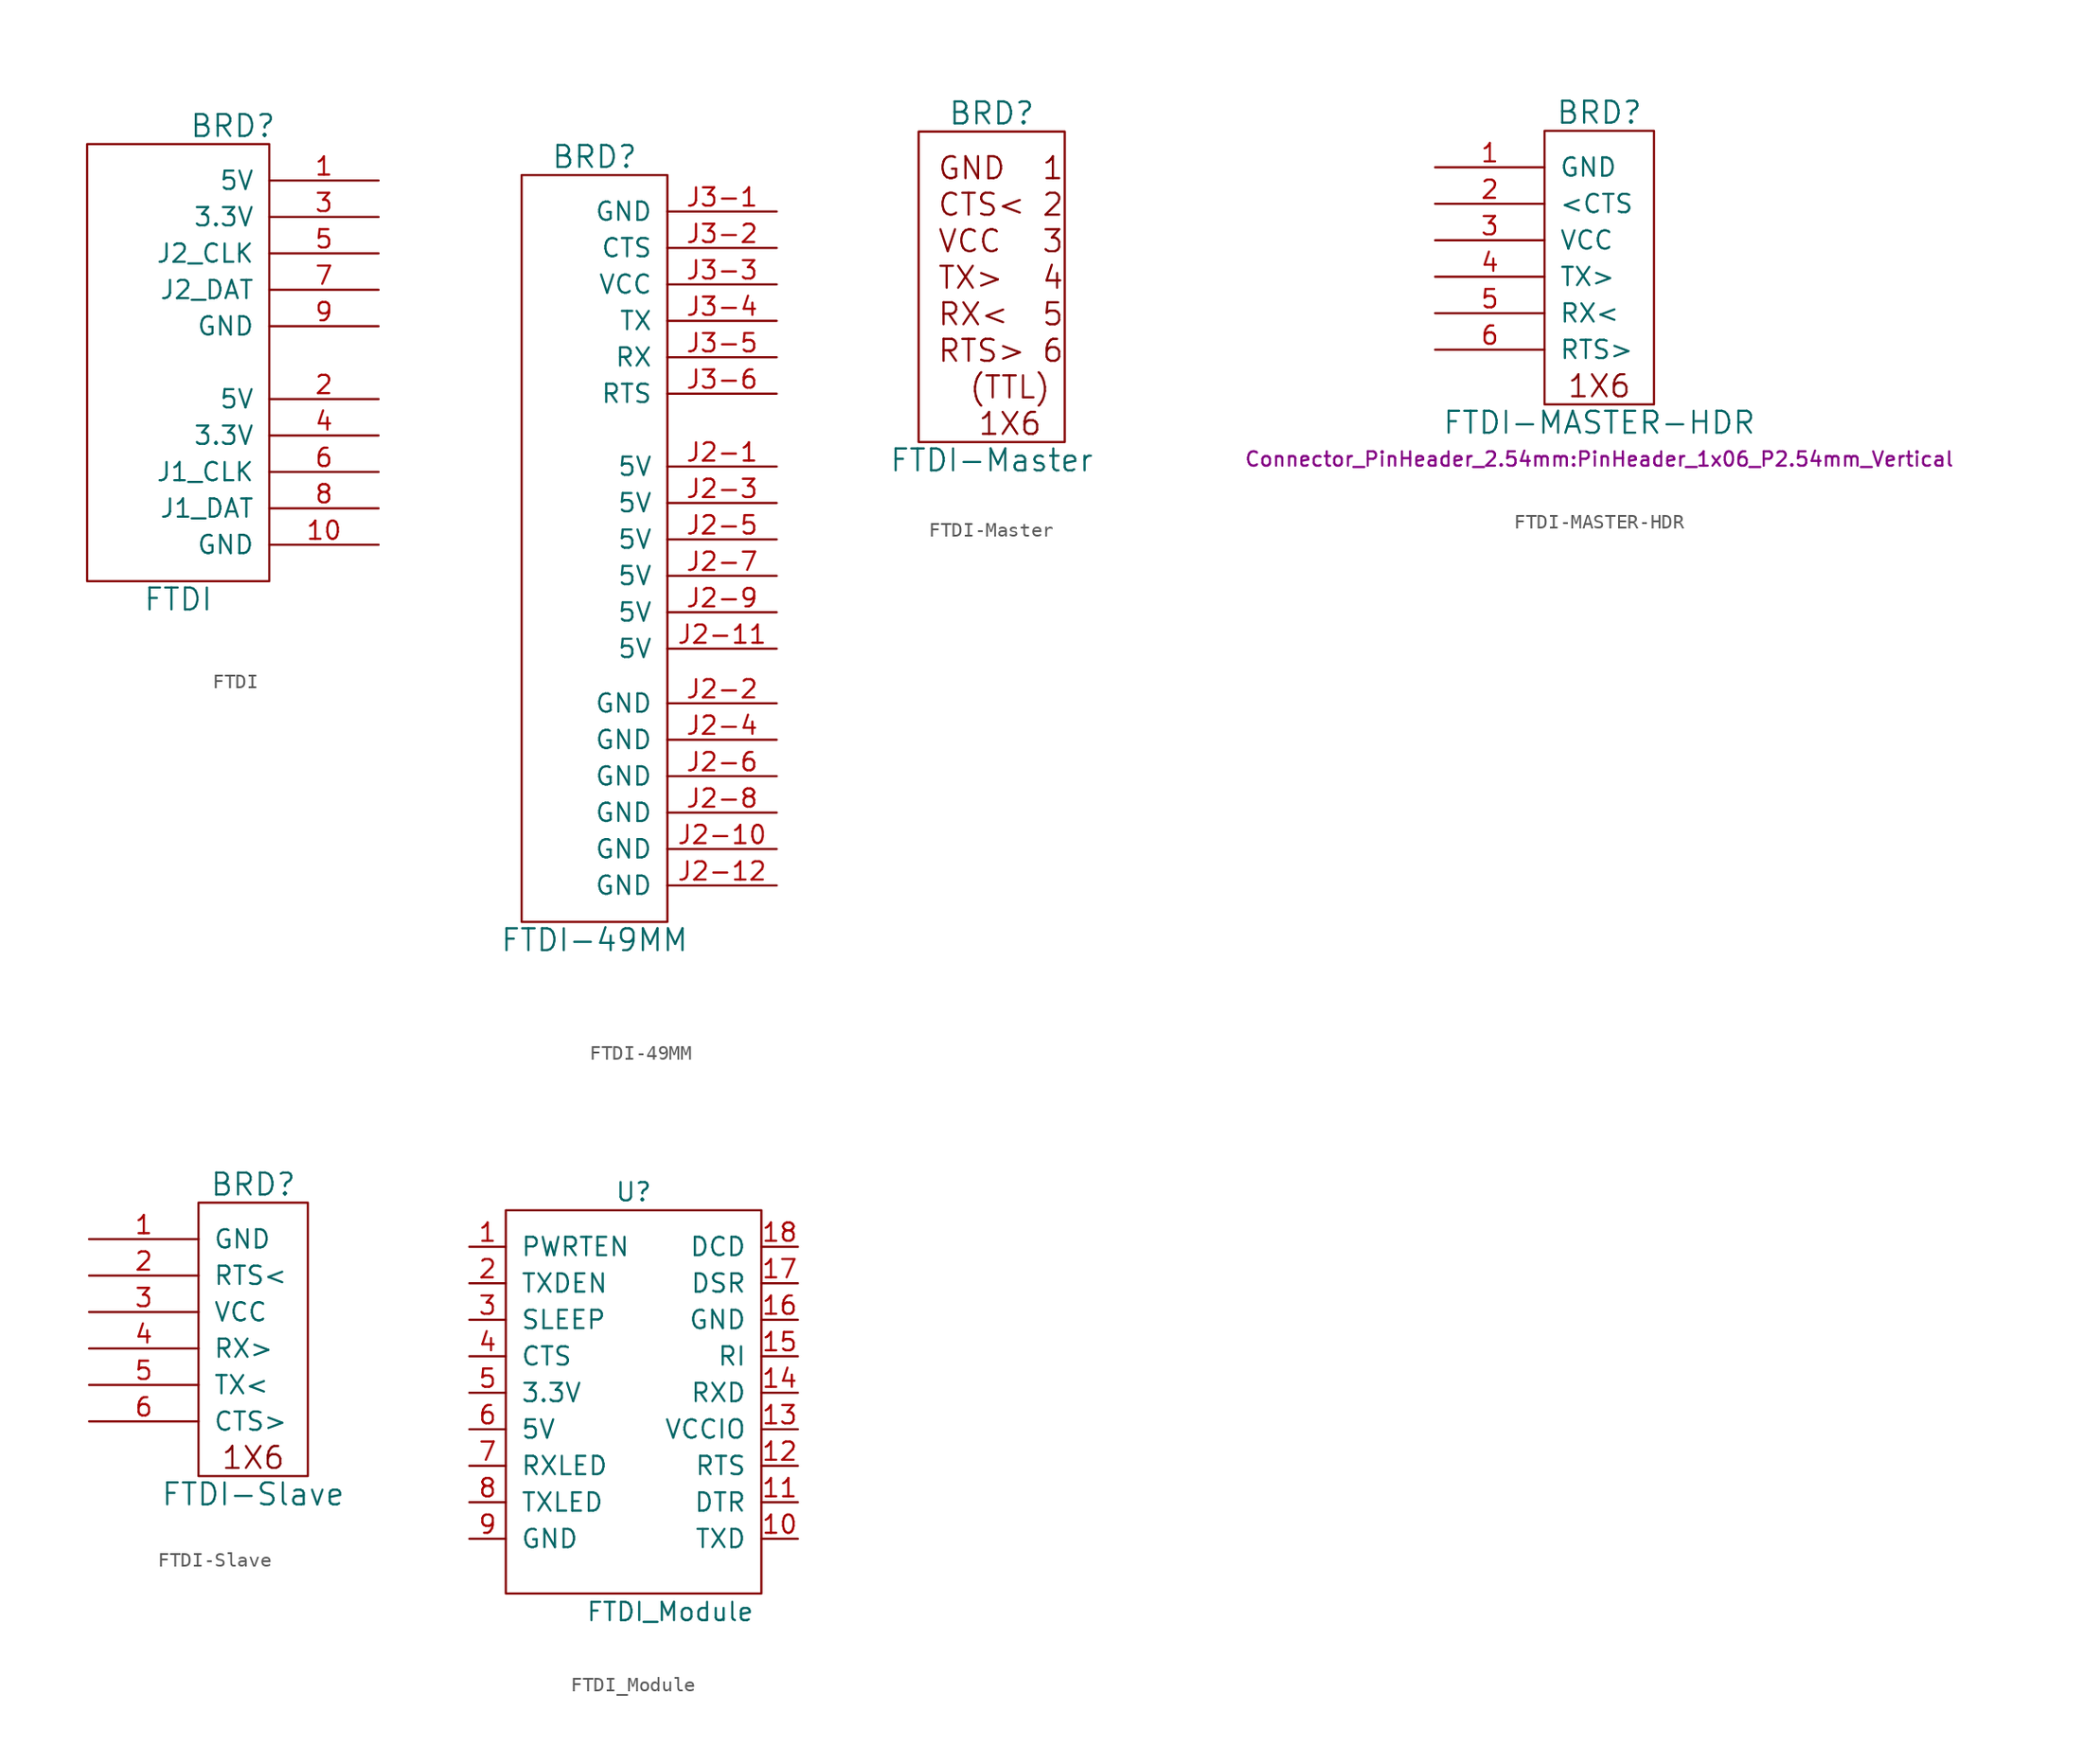
<source format=kicad_sym>
(kicad_symbol_lib
  (version 20220914)
  (generator kicad_symbol_editor)
  (symbol "FTDI"
    (pin_names
      (offset 1.016))
    (property "Reference" "BRD"
      (at 3.81 16.51 0)
      (effects (font (size 1.524 1.524))))
    (property "Value" "FTDI"
      (at 0 -16.51 0)
      (effects (font (size 1.524 1.524))))
    (property "Footprint" ""
      (at 1.27 -2.54 0)
      (effects (font (size 1.524 1.524))))
    (property "Datasheet" ""
      (at 1.27 -2.54 0)
      (effects (font (size 1.524 1.524))))
    (symbol "FTDI_0_0"
      (rectangle (start -6.35 15.24) (end 6.35 -15.24) (stroke (width 0) (type default)) (fill (type none))))
    (symbol "FTDI_1_1"
      (pin power_in line (at 13.97 12.7 180) (length 7.62) (name "5V" (effects (font (size 1.27 1.27)))) (number "1" (effects (font (size 1.27 1.27)))))
      (pin power_in line (at 13.97 -12.7 180) (length 7.62) (name "GND" (effects (font (size 1.27 1.27)))) (number "10" (effects (font (size 1.27 1.27)))))
      (pin power_in line (at 13.97 -2.54 180) (length 7.62) (name "5V" (effects (font (size 1.27 1.27)))) (number "2" (effects (font (size 1.27 1.27)))))
      (pin power_in line (at 13.97 10.16 180) (length 7.62) (name "3.3V" (effects (font (size 1.27 1.27)))) (number "3" (effects (font (size 1.27 1.27)))))
      (pin power_in line (at 13.97 -5.08 180) (length 7.62) (name "3.3V" (effects (font (size 1.27 1.27)))) (number "4" (effects (font (size 1.27 1.27)))))
      (pin input line (at 13.97 7.62 180) (length 7.62) (name "J2_CLK" (effects (font (size 1.27 1.27)))) (number "5" (effects (font (size 1.27 1.27)))))
      (pin input line (at 13.97 -7.62 180) (length 7.62) (name "J1_CLK" (effects (font (size 1.27 1.27)))) (number "6" (effects (font (size 1.27 1.27)))))
      (pin input line (at 13.97 5.08 180) (length 7.62) (name "J2_DAT" (effects (font (size 1.27 1.27)))) (number "7" (effects (font (size 1.27 1.27)))))
      (pin input line (at 13.97 -10.16 180) (length 7.62) (name "J1_DAT" (effects (font (size 1.27 1.27)))) (number "8" (effects (font (size 1.27 1.27)))))
      (pin power_in line (at 13.97 2.54 180) (length 7.62) (name "GND" (effects (font (size 1.27 1.27)))) (number "9" (effects (font (size 1.27 1.27)))))))
  (symbol "FTDI-49MM"
    (pin_names
      (offset 1.016))
    (property "Reference" "BRD"
      (at 0 26.67 0)
      (effects (font (size 1.524 1.524))))
    (property "Value" "FTDI-49MM"
      (at 0 -27.94 0)
      (effects (font (size 1.524 1.524))))
    (property "Footprint" ""
      (at 0 7.62 0)
      (effects (font (size 1.524 1.524))))
    (property "Datasheet" ""
      (at 0 7.62 0)
      (effects (font (size 1.524 1.524))))
    (symbol "FTDI-49MM_0_0"
      (rectangle (start -5.08 25.4) (end 5.08 -26.67) (stroke (width 0) (type default)) (fill (type none))))
    (symbol "FTDI-49MM_1_1"
      (pin output line (at 12.7 5.08 180) (length 7.62) (name "5V" (effects (font (size 1.27 1.27)))) (number "J2-1" (effects (font (size 1.27 1.27)))))
      (pin output line (at 12.7 -21.59 180) (length 7.62) (name "GND" (effects (font (size 1.27 1.27)))) (number "J2-10" (effects (font (size 1.27 1.27)))))
      (pin output line (at 12.7 -7.62 180) (length 7.62) (name "5V" (effects (font (size 1.27 1.27)))) (number "J2-11" (effects (font (size 1.27 1.27)))))
      (pin output line (at 12.7 -24.13 180) (length 7.62) (name "GND" (effects (font (size 1.27 1.27)))) (number "J2-12" (effects (font (size 1.27 1.27)))))
      (pin output line (at 12.7 -11.43 180) (length 7.62) (name "GND" (effects (font (size 1.27 1.27)))) (number "J2-2" (effects (font (size 1.27 1.27)))))
      (pin output line (at 12.7 2.54 180) (length 7.62) (name "5V" (effects (font (size 1.27 1.27)))) (number "J2-3" (effects (font (size 1.27 1.27)))))
      (pin output line (at 12.7 -13.97 180) (length 7.62) (name "GND" (effects (font (size 1.27 1.27)))) (number "J2-4" (effects (font (size 1.27 1.27)))))
      (pin output line (at 12.7 0 180) (length 7.62) (name "5V" (effects (font (size 1.27 1.27)))) (number "J2-5" (effects (font (size 1.27 1.27)))))
      (pin output line (at 12.7 -16.51 180) (length 7.62) (name "GND" (effects (font (size 1.27 1.27)))) (number "J2-6" (effects (font (size 1.27 1.27)))))
      (pin output line (at 12.7 -2.54 180) (length 7.62) (name "5V" (effects (font (size 1.27 1.27)))) (number "J2-7" (effects (font (size 1.27 1.27)))))
      (pin output line (at 12.7 -19.05 180) (length 7.62) (name "GND" (effects (font (size 1.27 1.27)))) (number "J2-8" (effects (font (size 1.27 1.27)))))
      (pin output line (at 12.7 -5.08 180) (length 7.62) (name "5V" (effects (font (size 1.27 1.27)))) (number "J2-9" (effects (font (size 1.27 1.27)))))
      (pin power_out line (at 12.7 22.86 180) (length 7.62) (name "GND" (effects (font (size 1.27 1.27)))) (number "J3-1" (effects (font (size 1.27 1.27)))))
      (pin input line (at 12.7 20.32 180) (length 7.62) (name "CTS" (effects (font (size 1.27 1.27)))) (number "J3-2" (effects (font (size 1.27 1.27)))))
      (pin power_out line (at 12.7 17.78 180) (length 7.62) (name "VCC" (effects (font (size 1.27 1.27)))) (number "J3-3" (effects (font (size 1.27 1.27)))))
      (pin output line (at 12.7 15.24 180) (length 7.62) (name "TX" (effects (font (size 1.27 1.27)))) (number "J3-4" (effects (font (size 1.27 1.27)))))
      (pin input line (at 12.7 12.7 180) (length 7.62) (name "RX" (effects (font (size 1.27 1.27)))) (number "J3-5" (effects (font (size 1.27 1.27)))))
      (pin output line (at 12.7 10.16 180) (length 7.62) (name "RTS" (effects (font (size 1.27 1.27)))) (number "J3-6" (effects (font (size 1.27 1.27)))))))
  (symbol "FTDI-Master"
    (pin_names
      (offset 1.016))
    (property "Reference" "BRD"
      (at 0 13.97 0)
      (effects (font (size 1.524 1.524))))
    (property "Value" "FTDI-Master"
      (at 0 -10.16 0)
      (effects (font (size 1.524 1.524))))
    (property "Footprint" ""
      (at 0 -5.08 0)
      (effects (font (size 1.524 1.524))))
    (property "Datasheet" ""
      (at 0 -5.08 0)
      (effects (font (size 1.524 1.524))))
    (symbol "FTDI-Master_0_0"
      (rectangle (start -5.08 -8.89) (end 5.08 12.7) (stroke (width 0) (type default)) (fill (type none)))
      (text "(TTL)" (at 1.27 -5.08 0) (effects (font (size 1.524 1.524))))
      (text "1" (at 5.08 10.16 0) (effects (font (size 1.524 1.524)) (justify right)))
      (text "1X6" (at 1.27 -7.62 0) (effects (font (size 1.524 1.524))))
      (text "2" (at 5.08 7.62 0) (effects (font (size 1.524 1.524)) (justify right)))
      (text "3" (at 5.08 5.08 0) (effects (font (size 1.524 1.524)) (justify right)))
      (text "4" (at 5.08 2.54 0) (effects (font (size 1.524 1.524)) (justify right)))
      (text "5" (at 5.08 0 0) (effects (font (size 1.524 1.524)) (justify right)))
      (text "6" (at 5.08 -2.54 0) (effects (font (size 1.524 1.524)) (justify right)))
      (text "CTS<" (at -3.81 7.62 0) (effects (font (size 1.524 1.524)) (justify left)))
      (text "GND" (at -3.81 10.16 0) (effects (font (size 1.524 1.524)) (justify left)))
      (text "RTS>" (at -3.81 -2.54 0) (effects (font (size 1.524 1.524)) (justify left)))
      (text "RX<" (at -3.81 0 0) (effects (font (size 1.524 1.524)) (justify left)))
      (text "TX>" (at -3.81 2.54 0) (effects (font (size 1.524 1.524)) (justify left)))
      (text "VCC" (at -3.81 5.08 0) (effects (font (size 1.524 1.524)) (justify left)))))
  (symbol "FTDI-MASTER-HDR"
    (pin_names
      (offset 1.016))
    (property "Reference" "BRD"
      (at 0 10.16 0)
      (effects (font (size 1.524 1.524))))
    (property "Value" "FTDI-MASTER-HDR"
      (at 0 -11.43 0)
      (effects (font (size 1.524 1.524))))
    (property "Footprint" "Connector_PinHeader_2.54mm:PinHeader_1x06_P2.54mm_Vertical"
      (at 0 -13.97 0)
      (effects (font (size 1 1))))
    (property "Datasheet" ""
      (at 1.27 -8.89 0)
      (effects (font (size 1.524 1.524))))
    (symbol "FTDI-MASTER-HDR_0_0"
      (rectangle (start 3.81 -10.16) (end -3.81 8.89) (stroke (width 0) (type default)) (fill (type none)))
      (text "1X6" (at 0 -8.89 0) (effects (font (size 1.524 1.524)))))
    (symbol "FTDI-MASTER-HDR_1_1"
      (pin power_out line (at -11.43 6.35 0) (length 7.62) (name "GND" (effects (font (size 1.27 1.27)))) (number "1" (effects (font (size 1.27 1.27)))))
      (pin input line (at -11.43 3.81 0) (length 7.62) (name "<CTS" (effects (font (size 1.27 1.27)))) (number "2" (effects (font (size 1.27 1.27)))))
      (pin power_out line (at -11.43 1.27 0) (length 7.62) (name "VCC" (effects (font (size 1.27 1.27)))) (number "3" (effects (font (size 1.27 1.27)))))
      (pin output line (at -11.43 -1.27 0) (length 7.62) (name "TX>" (effects (font (size 1.27 1.27)))) (number "4" (effects (font (size 1.27 1.27)))))
      (pin input line (at -11.43 -3.81 0) (length 7.62) (name "RX<" (effects (font (size 1.27 1.27)))) (number "5" (effects (font (size 1.27 1.27)))))
      (pin output line (at -11.43 -6.35 0) (length 7.62) (name "RTS>" (effects (font (size 1.27 1.27)))) (number "6" (effects (font (size 1.27 1.27)))))))
  (symbol "FTDI-Slave"
    (pin_names
      (offset 1.016))
    (property "Reference" "BRD"
      (at 0 10.16 0)
      (effects (font (size 1.524 1.524))))
    (property "Value" "FTDI-Slave"
      (at 0 -11.43 0)
      (effects (font (size 1.524 1.524))))
    (property "Footprint" ""
      (at 1.27 -8.89 0)
      (effects (font (size 1.524 1.524))))
    (property "Datasheet" ""
      (at 1.27 -8.89 0)
      (effects (font (size 1.524 1.524))))
    (symbol "FTDI-Slave_0_0"
      (rectangle (start 3.81 -10.16) (end -3.81 8.89) (stroke (width 0) (type default)) (fill (type none)))
      (text "1X6" (at 0 -8.89 0) (effects (font (size 1.524 1.524)))))
    (symbol "FTDI-Slave_1_1"
      (pin power_out line (at -11.43 6.35 0) (length 7.62) (name "GND" (effects (font (size 1.27 1.27)))) (number "1" (effects (font (size 1.27 1.27)))))
      (pin input line (at -11.43 3.81 0) (length 7.62) (name "RTS<" (effects (font (size 1.27 1.27)))) (number "2" (effects (font (size 1.27 1.27)))))
      (pin power_out line (at -11.43 1.27 0) (length 7.62) (name "VCC" (effects (font (size 1.27 1.27)))) (number "3" (effects (font (size 1.27 1.27)))))
      (pin output line (at -11.43 -1.27 0) (length 7.62) (name "RX>" (effects (font (size 1.27 1.27)))) (number "4" (effects (font (size 1.27 1.27)))))
      (pin input line (at -11.43 -3.81 0) (length 7.62) (name "TX<" (effects (font (size 1.27 1.27)))) (number "5" (effects (font (size 1.27 1.27)))))
      (pin output line (at -11.43 -6.35 0) (length 7.62) (name "CTS>" (effects (font (size 1.27 1.27)))) (number "6" (effects (font (size 1.27 1.27)))))))
  (symbol "FTDI_Module"
    (pin_names
      (offset 1.016))
    (property "Reference" "U"
      (at 8.89 6.35 0)
      (effects (font (size 1.27 1.27))))
    (property "Value" "FTDI_Module"
      (at 11.43 -22.86 0)
      (effects (font (size 1.27 1.27))))
    (symbol "FTDI_Module_0_1"
      (rectangle (start 0 5.08) (end 17.78 -21.59) (stroke (width 0) (type default)) (fill (type none))))
    (symbol "FTDI_Module_1_1"
      (pin input line (at -2.54 2.54 0) (length 2.54) (name "PWRTEN" (effects (font (size 1.27 1.27)))) (number "1" (effects (font (size 1.27 1.27)))))
      (pin input line (at 20.32 -17.78 180) (length 2.54) (name "TXD" (effects (font (size 1.27 1.27)))) (number "10" (effects (font (size 1.27 1.27)))))
      (pin input line (at 20.32 -15.24 180) (length 2.54) (name "DTR" (effects (font (size 1.27 1.27)))) (number "11" (effects (font (size 1.27 1.27)))))
      (pin input line (at 20.32 -12.7 180) (length 2.54) (name "RTS" (effects (font (size 1.27 1.27)))) (number "12" (effects (font (size 1.27 1.27)))))
      (pin power_in line (at 20.32 -10.16 180) (length 2.54) (name "VCCIO" (effects (font (size 1.27 1.27)))) (number "13" (effects (font (size 1.27 1.27)))))
      (pin input line (at 20.32 -7.62 180) (length 2.54) (name "RXD" (effects (font (size 1.27 1.27)))) (number "14" (effects (font (size 1.27 1.27)))))
      (pin input line (at 20.32 -5.08 180) (length 2.54) (name "RI" (effects (font (size 1.27 1.27)))) (number "15" (effects (font (size 1.27 1.27)))))
      (pin power_in line (at 20.32 -2.54 180) (length 2.54) (name "GND" (effects (font (size 1.27 1.27)))) (number "16" (effects (font (size 1.27 1.27)))))
      (pin input line (at 20.32 0 180) (length 2.54) (name "DSR" (effects (font (size 1.27 1.27)))) (number "17" (effects (font (size 1.27 1.27)))))
      (pin input line (at 20.32 2.54 180) (length 2.54) (name "DCD" (effects (font (size 1.27 1.27)))) (number "18" (effects (font (size 1.27 1.27)))))
      (pin input line (at -2.54 0 0) (length 2.54) (name "TXDEN" (effects (font (size 1.27 1.27)))) (number "2" (effects (font (size 1.27 1.27)))))
      (pin input line (at -2.54 -2.54 0) (length 2.54) (name "SLEEP" (effects (font (size 1.27 1.27)))) (number "3" (effects (font (size 1.27 1.27)))))
      (pin input line (at -2.54 -5.08 0) (length 2.54) (name "CTS" (effects (font (size 1.27 1.27)))) (number "4" (effects (font (size 1.27 1.27)))))
      (pin power_out line (at -2.54 -7.62 0) (length 2.54) (name "3.3V" (effects (font (size 1.27 1.27)))) (number "5" (effects (font (size 1.27 1.27)))))
      (pin power_out line (at -2.54 -10.16 0) (length 2.54) (name "5V" (effects (font (size 1.27 1.27)))) (number "6" (effects (font (size 1.27 1.27)))))
      (pin output line (at -2.54 -12.7 0) (length 2.54) (name "RXLED" (effects (font (size 1.27 1.27)))) (number "7" (effects (font (size 1.27 1.27)))))
      (pin output line (at -2.54 -15.24 0) (length 2.54) (name "TXLED" (effects (font (size 1.27 1.27)))) (number "8" (effects (font (size 1.27 1.27)))))
      (pin power_in line (at -2.54 -17.78 0) (length 2.54) (name "GND" (effects (font (size 1.27 1.27)))) (number "9" (effects (font (size 1.27 1.27))))))))
</source>
